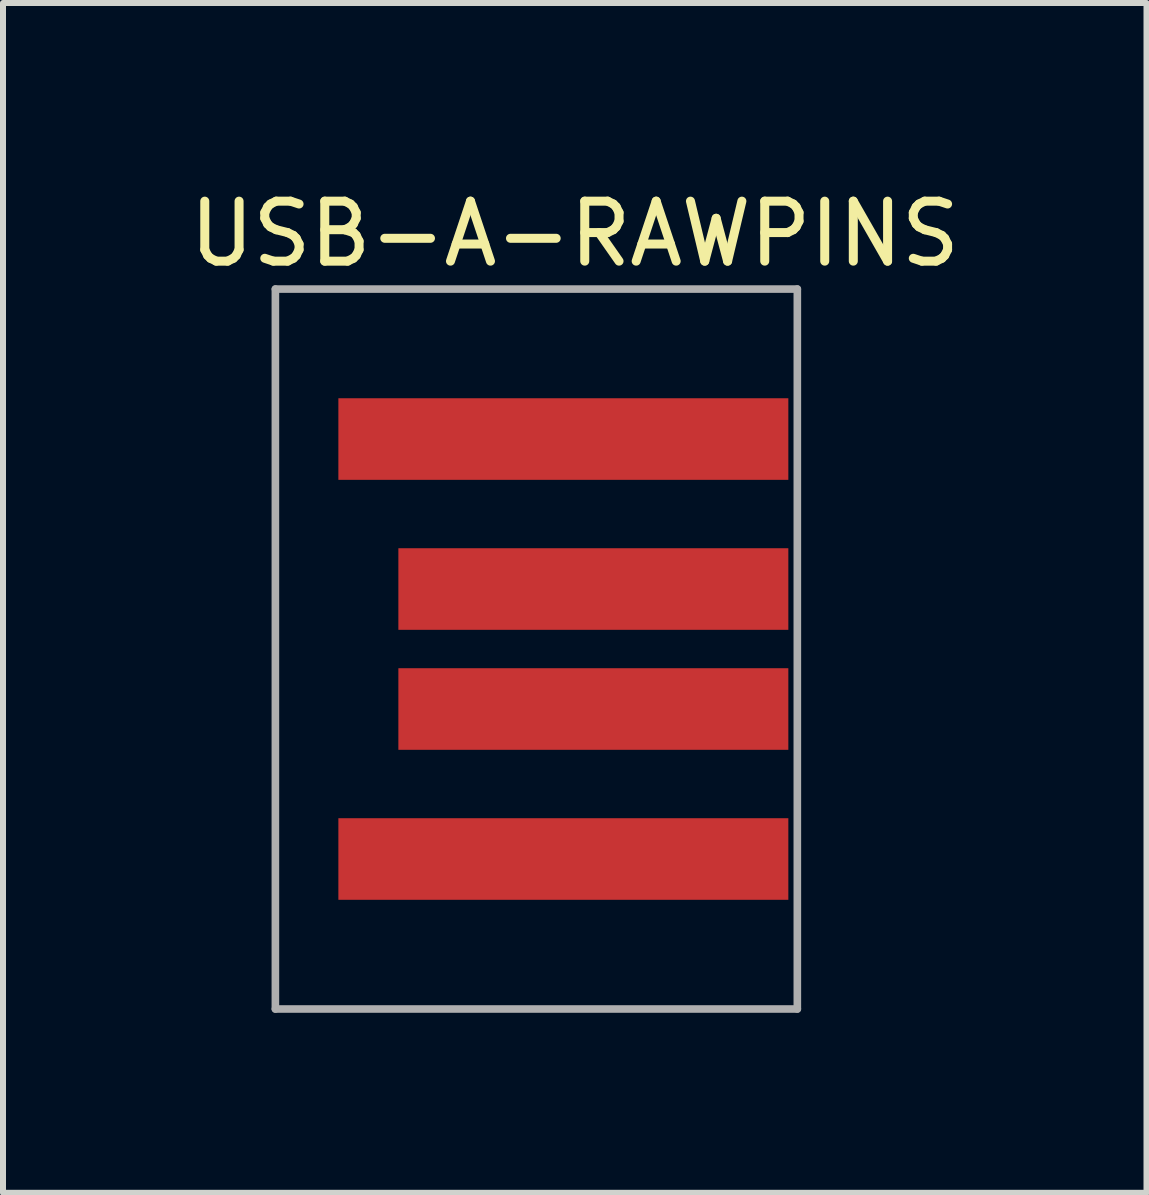
<source format=kicad_pcb>
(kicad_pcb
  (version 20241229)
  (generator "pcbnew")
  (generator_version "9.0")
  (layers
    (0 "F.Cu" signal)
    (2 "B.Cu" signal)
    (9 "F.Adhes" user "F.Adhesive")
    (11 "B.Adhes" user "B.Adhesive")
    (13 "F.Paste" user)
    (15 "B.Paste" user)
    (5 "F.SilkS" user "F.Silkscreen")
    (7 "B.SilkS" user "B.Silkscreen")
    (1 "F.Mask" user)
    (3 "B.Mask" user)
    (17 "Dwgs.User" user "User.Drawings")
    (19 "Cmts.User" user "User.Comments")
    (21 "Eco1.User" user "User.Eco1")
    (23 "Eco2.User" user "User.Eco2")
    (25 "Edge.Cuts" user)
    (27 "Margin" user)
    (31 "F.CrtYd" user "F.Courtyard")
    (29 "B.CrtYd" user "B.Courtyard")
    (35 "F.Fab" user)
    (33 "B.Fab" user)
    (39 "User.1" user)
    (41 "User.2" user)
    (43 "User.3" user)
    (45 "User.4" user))
  (footprint "USB-A-RAWPINS"
    (layer "F.Cu")
    (at 6.54 7.768)
    (property "Reference" "USB-A-RAWPINS" (at -0.01 -6.92 0) (layer "F.SilkS") (effects (font (size 1 1) (thickness 0.15))))
    (attr through_hole)
    (fp_line (start -5 -6) (end 3.7 -6) (stroke (width 0.127) (type solid)) (layer "F.Fab"))
    (fp_line (start -5 6) (end -5 -6) (stroke (width 0.127) (type solid)) (layer "F.Fab"))
    (fp_line (start 3.7 -6) (end 3.7 6) (stroke (width 0.127) (type solid)) (layer "F.Fab"))
    (fp_line (start 3.7 6) (end -5 6) (stroke (width 0.127) (type solid)) (layer "F.Fab"))
    (pad "1" smd rect (at -0.2 3.5) (size 7.5 1.36) (layers "F.Cu" "F.Mask"))
    (pad "2" smd rect (at 0.3 1) (size 6.5 1.36) (layers "F.Cu" "F.Mask"))
    (pad "3" smd rect (at 0.3 -1) (size 6.5 1.36) (layers "F.Cu" "F.Mask"))
    (pad "4" smd rect (at -0.2 -3.5) (size 7.5 1.36) (layers "F.Cu" "F.Mask")))
  (gr_rect
    (start -3 -3)
    (end 16.06 16.832)
    (stroke (width 0.1) (type default))
    (fill no)
    (layer "Edge.Cuts")))
</source>
